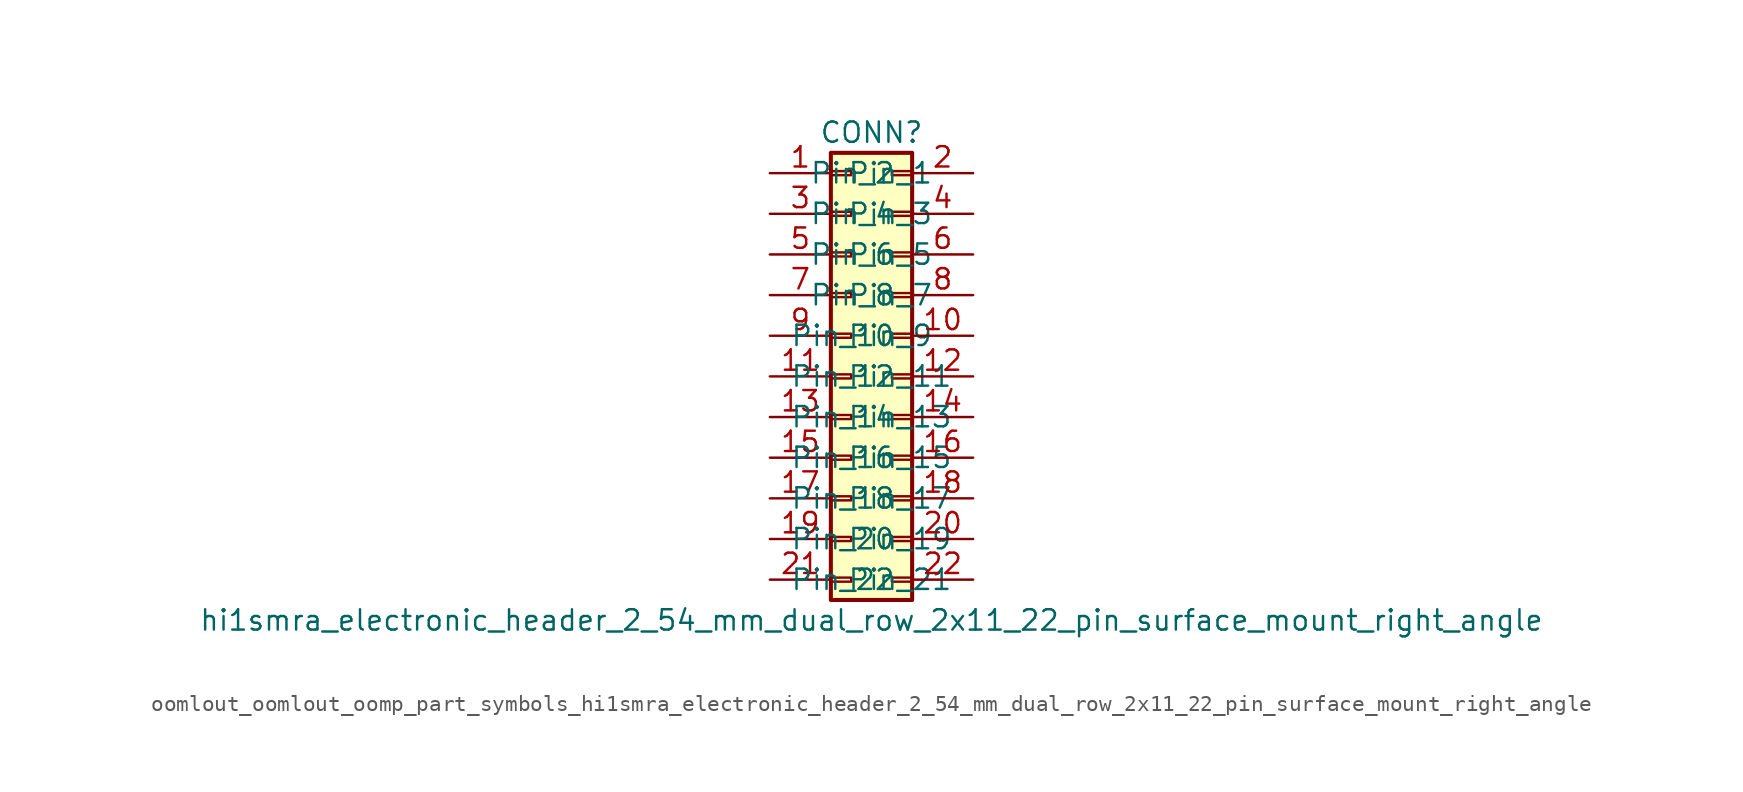
<source format=kicad_sym>
(kicad_symbol_lib
  (version 20220914)
  (generator kicad_symbol_editor)
  (symbol "oomlout_oomlout_oomp_part_symbols_hi1smra_electronic_header_2_54_mm_dual_row_2x11_22_pin_surface_mount_right_angle"
    (pin_names
      (offset 1.016))
    (property "Reference" "CONN"
      (at 1.27 15.24 0)
      (effects (font (size 1.27 1.27))))
    (property "Value" "hi1smra_electronic_header_2_54_mm_dual_row_2x11_22_pin_surface_mount_right_angle"
      (at 1.27 -15.24 0)
      (effects (font (size 1.27 1.27))))
    (symbol "oomlout_oomlout_oomp_part_symbols_hi1smra_electronic_header_2_54_mm_dual_row_2x11_22_pin_surface_mount_right_angle_1_1"
      (rectangle (start -1.27 -12.573) (end 0 -12.827) (stroke (width 0.152) (type default)) (fill (type none)))
      (rectangle (start -1.27 -10.033) (end 0 -10.287) (stroke (width 0.152) (type default)) (fill (type none)))
      (rectangle (start -1.27 -7.493) (end 0 -7.747) (stroke (width 0.152) (type default)) (fill (type none)))
      (rectangle (start -1.27 -4.953) (end 0 -5.207) (stroke (width 0.152) (type default)) (fill (type none)))
      (rectangle (start -1.27 -2.413) (end 0 -2.667) (stroke (width 0.152) (type default)) (fill (type none)))
      (rectangle (start -1.27 0.127) (end 0 -0.127) (stroke (width 0.152) (type default)) (fill (type none)))
      (rectangle (start -1.27 2.667) (end 0 2.413) (stroke (width 0.152) (type default)) (fill (type none)))
      (rectangle (start -1.27 5.207) (end 0 4.953) (stroke (width 0.152) (type default)) (fill (type none)))
      (rectangle (start -1.27 7.747) (end 0 7.493) (stroke (width 0.152) (type default)) (fill (type none)))
      (rectangle (start -1.27 10.287) (end 0 10.033) (stroke (width 0.152) (type default)) (fill (type none)))
      (rectangle (start -1.27 12.827) (end 0 12.573) (stroke (width 0.152) (type default)) (fill (type none)))
      (rectangle (start -1.27 13.97) (end 3.81 -13.97) (stroke (width 0.254) (type default)) (fill (type background)))
      (rectangle (start 3.81 -12.573) (end 2.54 -12.827) (stroke (width 0.152) (type default)) (fill (type none)))
      (rectangle (start 3.81 -10.033) (end 2.54 -10.287) (stroke (width 0.152) (type default)) (fill (type none)))
      (rectangle (start 3.81 -7.493) (end 2.54 -7.747) (stroke (width 0.152) (type default)) (fill (type none)))
      (rectangle (start 3.81 -4.953) (end 2.54 -5.207) (stroke (width 0.152) (type default)) (fill (type none)))
      (rectangle (start 3.81 -2.413) (end 2.54 -2.667) (stroke (width 0.152) (type default)) (fill (type none)))
      (rectangle (start 3.81 0.127) (end 2.54 -0.127) (stroke (width 0.152) (type default)) (fill (type none)))
      (rectangle (start 3.81 2.667) (end 2.54 2.413) (stroke (width 0.152) (type default)) (fill (type none)))
      (rectangle (start 3.81 5.207) (end 2.54 4.953) (stroke (width 0.152) (type default)) (fill (type none)))
      (rectangle (start 3.81 7.747) (end 2.54 7.493) (stroke (width 0.152) (type default)) (fill (type none)))
      (rectangle (start 3.81 10.287) (end 2.54 10.033) (stroke (width 0.152) (type default)) (fill (type none)))
      (rectangle (start 3.81 12.827) (end 2.54 12.573) (stroke (width 0.152) (type default)) (fill (type none)))
      (pin passive line (at -5.08 12.7 0) (length 3.81) (name "Pin_1" (effects (font (size 1.27 1.27)))) (number "1" (effects (font (size 1.27 1.27)))))
      (pin passive line (at 7.62 2.54 180) (length 3.81) (name "Pin_10" (effects (font (size 1.27 1.27)))) (number "10" (effects (font (size 1.27 1.27)))))
      (pin passive line (at -5.08 0 0) (length 3.81) (name "Pin_11" (effects (font (size 1.27 1.27)))) (number "11" (effects (font (size 1.27 1.27)))))
      (pin passive line (at 7.62 0 180) (length 3.81) (name "Pin_12" (effects (font (size 1.27 1.27)))) (number "12" (effects (font (size 1.27 1.27)))))
      (pin passive line (at -5.08 -2.54 0) (length 3.81) (name "Pin_13" (effects (font (size 1.27 1.27)))) (number "13" (effects (font (size 1.27 1.27)))))
      (pin passive line (at 7.62 -2.54 180) (length 3.81) (name "Pin_14" (effects (font (size 1.27 1.27)))) (number "14" (effects (font (size 1.27 1.27)))))
      (pin passive line (at -5.08 -5.08 0) (length 3.81) (name "Pin_15" (effects (font (size 1.27 1.27)))) (number "15" (effects (font (size 1.27 1.27)))))
      (pin passive line (at 7.62 -5.08 180) (length 3.81) (name "Pin_16" (effects (font (size 1.27 1.27)))) (number "16" (effects (font (size 1.27 1.27)))))
      (pin passive line (at -5.08 -7.62 0) (length 3.81) (name "Pin_17" (effects (font (size 1.27 1.27)))) (number "17" (effects (font (size 1.27 1.27)))))
      (pin passive line (at 7.62 -7.62 180) (length 3.81) (name "Pin_18" (effects (font (size 1.27 1.27)))) (number "18" (effects (font (size 1.27 1.27)))))
      (pin passive line (at -5.08 -10.16 0) (length 3.81) (name "Pin_19" (effects (font (size 1.27 1.27)))) (number "19" (effects (font (size 1.27 1.27)))))
      (pin passive line (at 7.62 12.7 180) (length 3.81) (name "Pin_2" (effects (font (size 1.27 1.27)))) (number "2" (effects (font (size 1.27 1.27)))))
      (pin passive line (at 7.62 -10.16 180) (length 3.81) (name "Pin_20" (effects (font (size 1.27 1.27)))) (number "20" (effects (font (size 1.27 1.27)))))
      (pin passive line (at -5.08 -12.7 0) (length 3.81) (name "Pin_21" (effects (font (size 1.27 1.27)))) (number "21" (effects (font (size 1.27 1.27)))))
      (pin passive line (at 7.62 -12.7 180) (length 3.81) (name "Pin_22" (effects (font (size 1.27 1.27)))) (number "22" (effects (font (size 1.27 1.27)))))
      (pin passive line (at -5.08 10.16 0) (length 3.81) (name "Pin_3" (effects (font (size 1.27 1.27)))) (number "3" (effects (font (size 1.27 1.27)))))
      (pin passive line (at 7.62 10.16 180) (length 3.81) (name "Pin_4" (effects (font (size 1.27 1.27)))) (number "4" (effects (font (size 1.27 1.27)))))
      (pin passive line (at -5.08 7.62 0) (length 3.81) (name "Pin_5" (effects (font (size 1.27 1.27)))) (number "5" (effects (font (size 1.27 1.27)))))
      (pin passive line (at 7.62 7.62 180) (length 3.81) (name "Pin_6" (effects (font (size 1.27 1.27)))) (number "6" (effects (font (size 1.27 1.27)))))
      (pin passive line (at -5.08 5.08 0) (length 3.81) (name "Pin_7" (effects (font (size 1.27 1.27)))) (number "7" (effects (font (size 1.27 1.27)))))
      (pin passive line (at 7.62 5.08 180) (length 3.81) (name "Pin_8" (effects (font (size 1.27 1.27)))) (number "8" (effects (font (size 1.27 1.27)))))
      (pin passive line (at -5.08 2.54 0) (length 3.81) (name "Pin_9" (effects (font (size 1.27 1.27)))) (number "9" (effects (font (size 1.27 1.27))))))))
</source>
